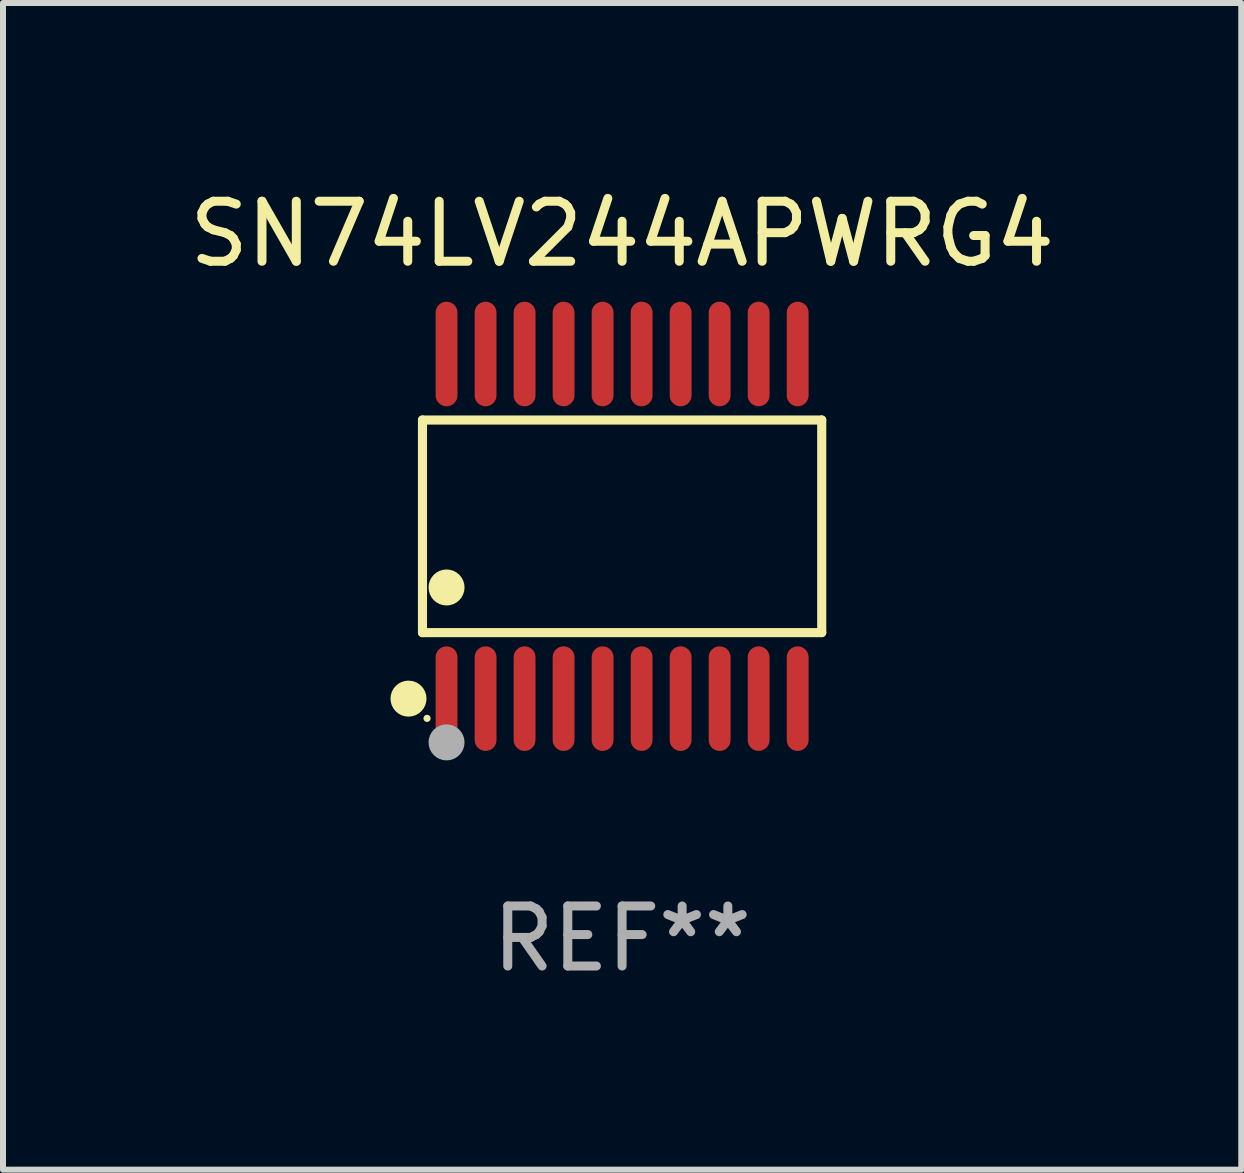
<source format=kicad_pcb>
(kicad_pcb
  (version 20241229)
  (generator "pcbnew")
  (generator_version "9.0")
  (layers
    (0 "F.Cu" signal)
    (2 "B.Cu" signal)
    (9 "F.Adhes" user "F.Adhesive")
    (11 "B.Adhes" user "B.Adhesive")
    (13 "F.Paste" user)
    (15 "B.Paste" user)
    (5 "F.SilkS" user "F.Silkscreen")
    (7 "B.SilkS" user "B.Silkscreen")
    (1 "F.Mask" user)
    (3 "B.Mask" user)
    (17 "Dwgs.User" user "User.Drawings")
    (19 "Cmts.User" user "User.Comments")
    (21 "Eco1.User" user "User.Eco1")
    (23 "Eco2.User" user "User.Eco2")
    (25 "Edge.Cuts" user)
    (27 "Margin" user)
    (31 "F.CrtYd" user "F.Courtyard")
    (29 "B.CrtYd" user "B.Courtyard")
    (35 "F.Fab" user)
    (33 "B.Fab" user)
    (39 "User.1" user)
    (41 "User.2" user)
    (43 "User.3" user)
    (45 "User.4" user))
  (footprint "SN74LV244APWRG4"
    (layer "F.Cu")
    (at 7.315 5.719)
    (property "Reference" "SN74LV244APWRG4" (at 0 -4.871 0) (layer "F.SilkS") (effects (font (size 1 1) (thickness 0.15))))
    (attr through_hole)
    (fp_line (start -3.326 -1.771) (end 3.326 -1.771) (stroke (width 0.152) (type solid)) (layer "F.SilkS"))
    (fp_line (start -3.326 1.771) (end -3.326 -1.771) (stroke (width 0.152) (type solid)) (layer "F.SilkS"))
    (fp_line (start 3.326 -1.771) (end 3.326 1.771) (stroke (width 0.152) (type solid)) (layer "F.SilkS"))
    (fp_line (start 3.326 1.771) (end -3.326 1.771) (stroke (width 0.152) (type solid)) (layer "F.SilkS"))
    (fp_circle (center -3.559 2.871) (end -3.409 2.871) (stroke (width 0.3) (type solid)) (fill no) (layer "F.SilkS"))
    (fp_circle (center -3.25 3.2) (end -3.22 3.2) (stroke (width 0.06) (type solid)) (fill no) (layer "F.SilkS"))
    (fp_circle (center -2.925 1.019) (end -2.775 1.019) (stroke (width 0.3) (type solid)) (fill no) (layer "F.SilkS"))
    (fp_circle (center -2.925 3.6) (end -2.775 3.6) (stroke (width 0.3) (type solid)) (fill no) (layer "F.Fab"))
    (fp_text user "REF**" (at 0 6.871 0) (layer "F.Fab") (effects (font (size 1 1) (thickness 0.15))))
    (pad "1" smd oval (at -2.925 2.871) (size 0.364 1.742) (layers "F.Cu" "F.Mask" "F.Paste"))
    (pad "2" smd oval (at -2.275 2.871) (size 0.364 1.742) (layers "F.Cu" "F.Mask" "F.Paste"))
    (pad "3" smd oval (at -1.625 2.871) (size 0.364 1.742) (layers "F.Cu" "F.Mask" "F.Paste"))
    (pad "4" smd oval (at -0.975 2.871) (size 0.364 1.742) (layers "F.Cu" "F.Mask" "F.Paste"))
    (pad "5" smd oval (at -0.325 2.871) (size 0.364 1.742) (layers "F.Cu" "F.Mask" "F.Paste"))
    (pad "6" smd oval (at 0.325 2.871) (size 0.364 1.742) (layers "F.Cu" "F.Mask" "F.Paste"))
    (pad "7" smd oval (at 0.975 2.871) (size 0.364 1.742) (layers "F.Cu" "F.Mask" "F.Paste"))
    (pad "8" smd oval (at 1.625 2.871) (size 0.364 1.742) (layers "F.Cu" "F.Mask" "F.Paste"))
    (pad "9" smd oval (at 2.275 2.871) (size 0.364 1.742) (layers "F.Cu" "F.Mask" "F.Paste"))
    (pad "10" smd oval (at 2.925 2.871) (size 0.364 1.742) (layers "F.Cu" "F.Mask" "F.Paste"))
    (pad "11" smd oval (at 2.925 -2.871) (size 0.364 1.742) (layers "F.Cu" "F.Mask" "F.Paste"))
    (pad "12" smd oval (at 2.275 -2.871) (size 0.364 1.742) (layers "F.Cu" "F.Mask" "F.Paste"))
    (pad "13" smd oval (at 1.625 -2.871) (size 0.364 1.742) (layers "F.Cu" "F.Mask" "F.Paste"))
    (pad "14" smd oval (at 0.975 -2.871) (size 0.364 1.742) (layers "F.Cu" "F.Mask" "F.Paste"))
    (pad "15" smd oval (at 0.325 -2.871) (size 0.364 1.742) (layers "F.Cu" "F.Mask" "F.Paste"))
    (pad "16" smd oval (at -0.325 -2.871) (size 0.364 1.742) (layers "F.Cu" "F.Mask" "F.Paste"))
    (pad "17" smd oval (at -0.975 -2.871) (size 0.364 1.742) (layers "F.Cu" "F.Mask" "F.Paste"))
    (pad "18" smd oval (at -1.625 -2.871) (size 0.364 1.742) (layers "F.Cu" "F.Mask" "F.Paste"))
    (pad "19" smd oval (at -2.275 -2.871) (size 0.364 1.742) (layers "F.Cu" "F.Mask" "F.Paste"))
    (pad "20" smd oval (at -2.925 -2.871) (size 0.364 1.742) (layers "F.Cu" "F.Mask" "F.Paste")))
  (gr_rect
    (start -3 -3)
    (end 17.631 16.438)
    (stroke (width 0.1) (type default))
    (fill no)
    (layer "Edge.Cuts")))
</source>
